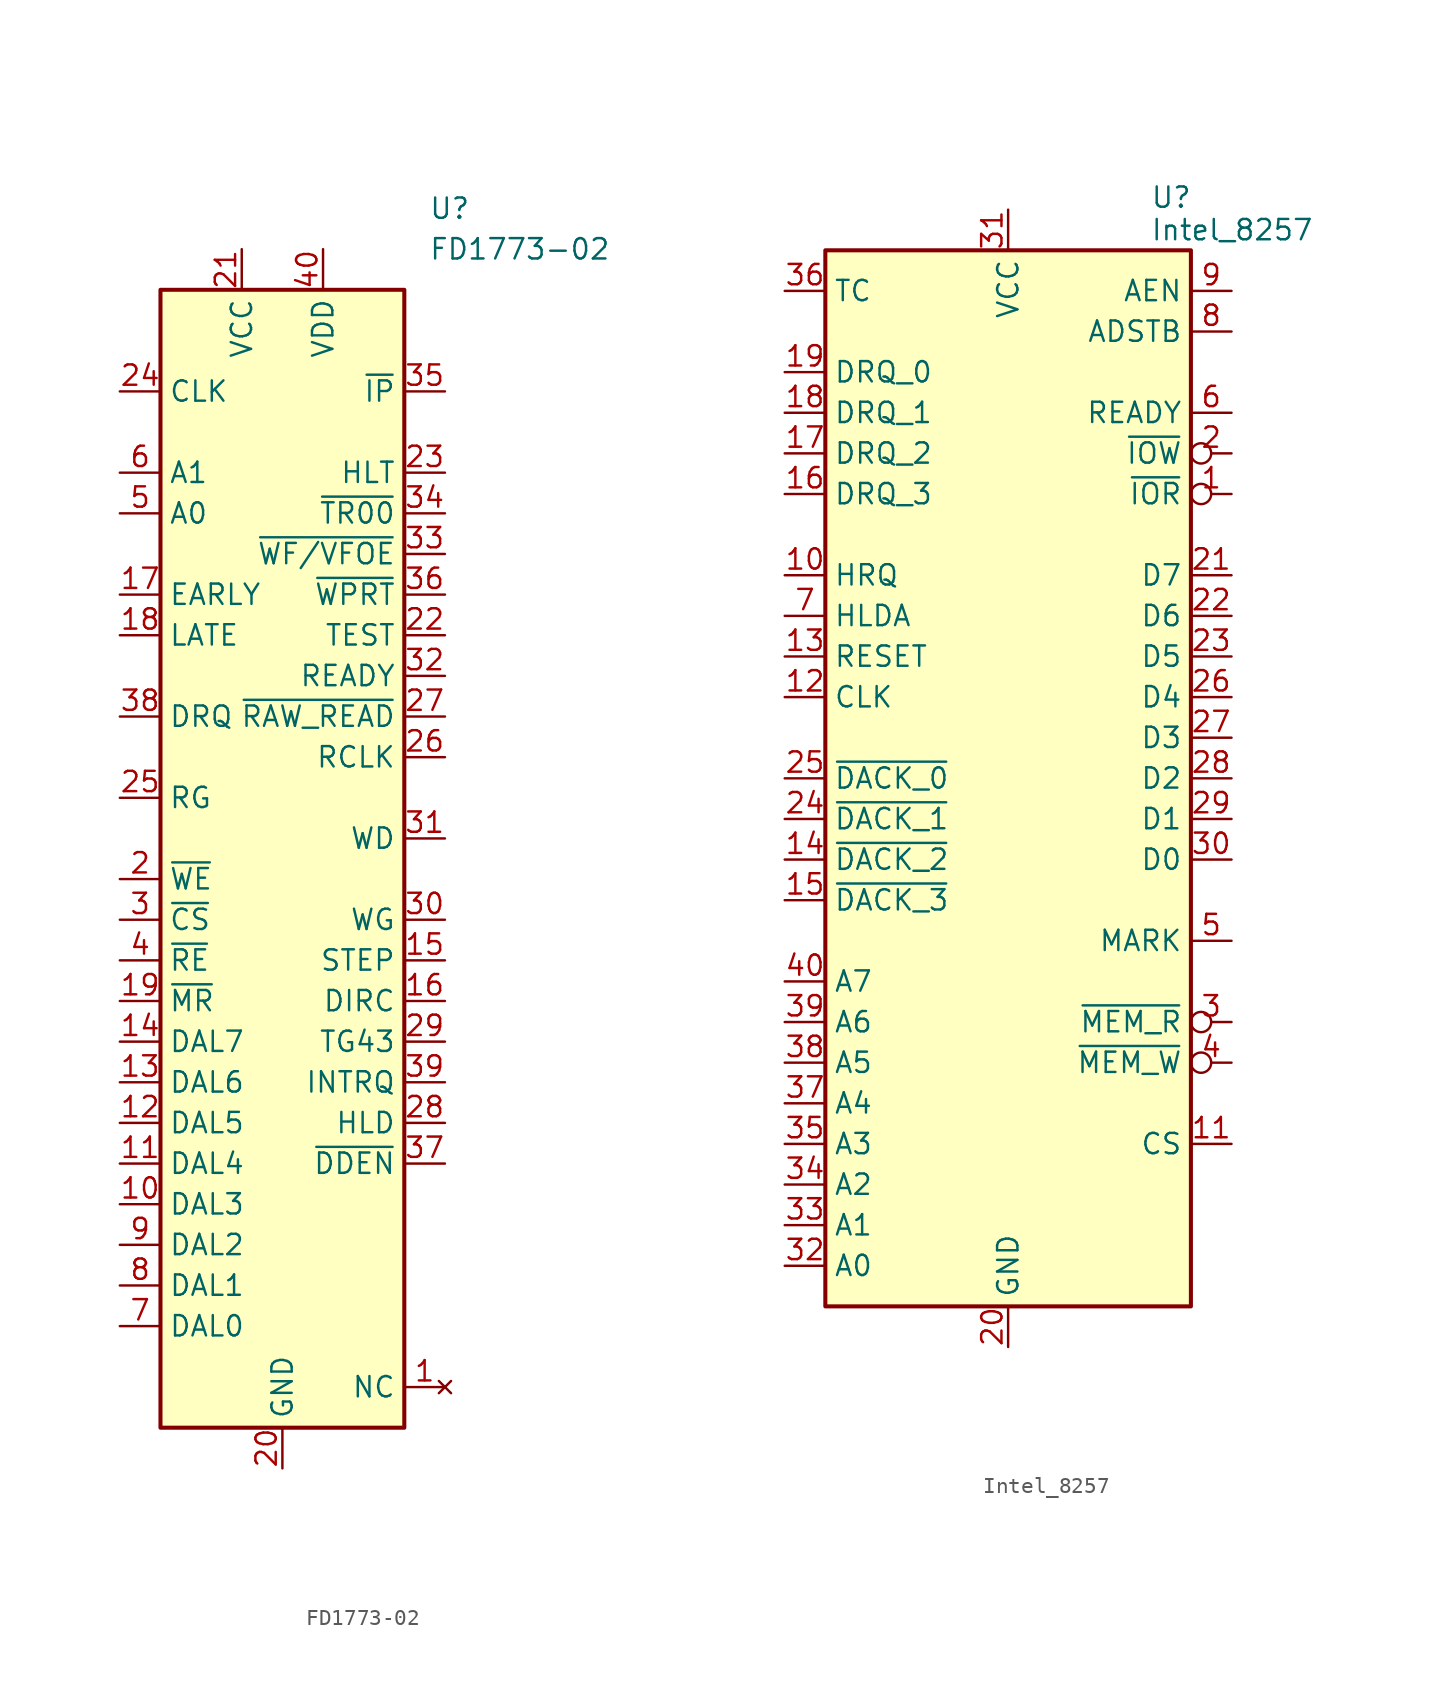
<source format=kicad_sym>
(kicad_symbol_lib
  (version 20241209)
  (generator "kicad_symbol_editor")
  (generator_version "9.0")
  (symbol "FD1773-02"
    (property "Reference" "U"
      (at 9.144 40.64 0)
      (effects (font (size 1.27 1.27)) (justify left)))
    (property "Value" "FD1773-02"
      (at 9.144 38.1 0)
      (effects (font (size 1.27 1.27)) (justify left)))
    (symbol "FD1773-02_0_1"
      (rectangle (start -7.62 35.56) (end 7.62 -35.56) (stroke (width 0.254) (type default)) (fill (type background))))
    (symbol "FD1773-02_1_1"
      (pin input line (at -10.16 29.21 0) (length 2.54) (name "CLK" (effects (font (size 1.27 1.27)))) (number "24" (effects (font (size 1.27 1.27)))))
      (pin input line (at -10.16 24.13 0) (length 2.54) (name "A1" (effects (font (size 1.27 1.27)))) (number "6" (effects (font (size 1.27 1.27)))))
      (pin input line (at -10.16 21.59 0) (length 2.54) (name "A0" (effects (font (size 1.27 1.27)))) (number "5" (effects (font (size 1.27 1.27)))))
      (pin output line (at -10.16 16.51 0) (length 2.54) (name "EARLY" (effects (font (size 1.27 1.27)))) (number "17" (effects (font (size 1.27 1.27)))))
      (pin output line (at -10.16 13.97 0) (length 2.54) (name "LATE" (effects (font (size 1.27 1.27)))) (number "18" (effects (font (size 1.27 1.27)))))
      (pin output line (at -10.16 8.89 0) (length 2.54) (name "DRQ" (effects (font (size 1.27 1.27)))) (number "38" (effects (font (size 1.27 1.27)))))
      (pin output line (at -10.16 3.81 0) (length 2.54) (name "RG" (effects (font (size 1.27 1.27)))) (number "25" (effects (font (size 1.27 1.27)))))
      (pin input line (at -10.16 -1.27 0) (length 2.54) (name "~{WE}" (effects (font (size 1.27 1.27)))) (number "2" (effects (font (size 1.27 1.27)))))
      (pin input line (at -10.16 -3.81 0) (length 2.54) (name "~{CS}" (effects (font (size 1.27 1.27)))) (number "3" (effects (font (size 1.27 1.27)))))
      (pin input line (at -10.16 -6.35 0) (length 2.54) (name "~{RE}" (effects (font (size 1.27 1.27)))) (number "4" (effects (font (size 1.27 1.27)))))
      (pin input line (at -10.16 -8.89 0) (length 2.54) (name "~{MR}" (effects (font (size 1.27 1.27)))) (number "19" (effects (font (size 1.27 1.27)))))
      (pin bidirectional line (at -10.16 -11.43 0) (length 2.54) (name "DAL7" (effects (font (size 1.27 1.27)))) (number "14" (effects (font (size 1.27 1.27)))))
      (pin bidirectional line (at -10.16 -13.97 0) (length 2.54) (name "DAL6" (effects (font (size 1.27 1.27)))) (number "13" (effects (font (size 1.27 1.27)))))
      (pin bidirectional line (at -10.16 -16.51 0) (length 2.54) (name "DAL5" (effects (font (size 1.27 1.27)))) (number "12" (effects (font (size 1.27 1.27)))))
      (pin bidirectional line (at -10.16 -19.05 0) (length 2.54) (name "DAL4" (effects (font (size 1.27 1.27)))) (number "11" (effects (font (size 1.27 1.27)))))
      (pin bidirectional line (at -10.16 -21.59 0) (length 2.54) (name "DAL3" (effects (font (size 1.27 1.27)))) (number "10" (effects (font (size 1.27 1.27)))))
      (pin bidirectional line (at -10.16 -24.13 0) (length 2.54) (name "DAL2" (effects (font (size 1.27 1.27)))) (number "9" (effects (font (size 1.27 1.27)))))
      (pin bidirectional line (at -10.16 -26.67 0) (length 2.54) (name "DAL1" (effects (font (size 1.27 1.27)))) (number "8" (effects (font (size 1.27 1.27)))))
      (pin bidirectional line (at -10.16 -29.21 0) (length 2.54) (name "DAL0" (effects (font (size 1.27 1.27)))) (number "7" (effects (font (size 1.27 1.27)))))
      (pin power_in line (at -2.54 38.1 270) (length 2.54) (name "VCC" (effects (font (size 1.27 1.27)))) (number "21" (effects (font (size 1.27 1.27)))))
      (pin power_in line (at 0 -38.1 90) (length 2.54) (name "GND" (effects (font (size 1.27 1.27)))) (number "20" (effects (font (size 1.27 1.27)))))
      (pin power_in line (at 2.54 38.1 270) (length 2.54) (name "VDD" (effects (font (size 1.27 1.27)))) (number "40" (effects (font (size 1.27 1.27)))))
      (pin input line (at 10.16 29.21 180) (length 2.54) (name "~{IP}" (effects (font (size 1.27 1.27)))) (number "35" (effects (font (size 1.27 1.27)))))
      (pin input line (at 10.16 24.13 180) (length 2.54) (name "HLT" (effects (font (size 1.27 1.27)))) (number "23" (effects (font (size 1.27 1.27)))))
      (pin input line (at 10.16 21.59 180) (length 2.54) (name "~{TR00}" (effects (font (size 1.27 1.27)))) (number "34" (effects (font (size 1.27 1.27)))))
      (pin bidirectional line (at 10.16 19.05 180) (length 2.54) (name "~{WF/VFOE}" (effects (font (size 1.27 1.27)))) (number "33" (effects (font (size 1.27 1.27)))))
      (pin input line (at 10.16 16.51 180) (length 2.54) (name "~{WPRT}" (effects (font (size 1.27 1.27)))) (number "36" (effects (font (size 1.27 1.27)))))
      (pin unspecified line (at 10.16 13.97 180) (length 2.54) (name "TEST" (effects (font (size 1.27 1.27)))) (number "22" (effects (font (size 1.27 1.27)))))
      (pin input line (at 10.16 11.43 180) (length 2.54) (name "READY" (effects (font (size 1.27 1.27)))) (number "32" (effects (font (size 1.27 1.27)))))
      (pin input line (at 10.16 8.89 180) (length 2.54) (name "~{RAW_READ}" (effects (font (size 1.27 1.27)))) (number "27" (effects (font (size 1.27 1.27)))))
      (pin input line (at 10.16 6.35 180) (length 2.54) (name "RCLK" (effects (font (size 1.27 1.27)))) (number "26" (effects (font (size 1.27 1.27)))))
      (pin output line (at 10.16 1.27 180) (length 2.54) (name "WD" (effects (font (size 1.27 1.27)))) (number "31" (effects (font (size 1.27 1.27)))))
      (pin output line (at 10.16 -3.81 180) (length 2.54) (name "WG" (effects (font (size 1.27 1.27)))) (number "30" (effects (font (size 1.27 1.27)))))
      (pin output line (at 10.16 -6.35 180) (length 2.54) (name "STEP" (effects (font (size 1.27 1.27)))) (number "15" (effects (font (size 1.27 1.27)))))
      (pin output line (at 10.16 -8.89 180) (length 2.54) (name "DIRC" (effects (font (size 1.27 1.27)))) (number "16" (effects (font (size 1.27 1.27)))))
      (pin output line (at 10.16 -11.43 180) (length 2.54) (name "TG43" (effects (font (size 1.27 1.27)))) (number "29" (effects (font (size 1.27 1.27)))))
      (pin output line (at 10.16 -13.97 180) (length 2.54) (name "INTRQ" (effects (font (size 1.27 1.27)))) (number "39" (effects (font (size 1.27 1.27)))))
      (pin output line (at 10.16 -16.51 180) (length 2.54) (name "HLD" (effects (font (size 1.27 1.27)))) (number "28" (effects (font (size 1.27 1.27)))))
      (pin input line (at 10.16 -19.05 180) (length 2.54) (name "~{DDEN}" (effects (font (size 1.27 1.27)))) (number "37" (effects (font (size 1.27 1.27)))))
      (pin no_connect line (at 10.16 -33.02 180) (length 2.54) (name "NC" (effects (font (size 1.27 1.27)))) (number "1" (effects (font (size 1.27 1.27)))))))
  (symbol "Intel_8257"
    (property "Reference" "U"
      (at 8.89 40.132 0)
      (effects (font (size 1.27 1.27)) (justify left)))
    (property "Value" "Intel_8257"
      (at 8.89 38.1 0)
      (effects (font (size 1.27 1.27)) (justify left)))
    (symbol "Intel_8257_1_1"
      (rectangle (start -11.43 36.83) (end 11.43 -29.21) (stroke (width 0.254) (type default)) (fill (type background)))
      (pin output line (at -13.97 34.29 0) (length 2.54) (name "TC" (effects (font (size 1.27 1.27)))) (number "36" (effects (font (size 1.27 1.27)))))
      (pin input line (at -13.97 29.21 0) (length 2.54) (name "DRQ_0" (effects (font (size 1.27 1.27)))) (number "19" (effects (font (size 1.27 1.27)))))
      (pin input line (at -13.97 26.67 0) (length 2.54) (name "DRQ_1" (effects (font (size 1.27 1.27)))) (number "18" (effects (font (size 1.27 1.27)))))
      (pin input line (at -13.97 24.13 0) (length 2.54) (name "DRQ_2" (effects (font (size 1.27 1.27)))) (number "17" (effects (font (size 1.27 1.27)))))
      (pin input line (at -13.97 21.59 0) (length 2.54) (name "DRQ_3" (effects (font (size 1.27 1.27)))) (number "16" (effects (font (size 1.27 1.27)))))
      (pin output line (at -13.97 16.51 0) (length 2.54) (name "HRQ" (effects (font (size 1.27 1.27)))) (number "10" (effects (font (size 1.27 1.27)))))
      (pin input line (at -13.97 13.97 0) (length 2.54) (name "HLDA" (effects (font (size 1.27 1.27)))) (number "7" (effects (font (size 1.27 1.27)))))
      (pin input line (at -13.97 11.43 0) (length 2.54) (name "RESET" (effects (font (size 1.27 1.27)))) (number "13" (effects (font (size 1.27 1.27)))))
      (pin input line (at -13.97 8.89 0) (length 2.54) (name "CLK" (effects (font (size 1.27 1.27)))) (number "12" (effects (font (size 1.27 1.27)))))
      (pin output line (at -13.97 3.81 0) (length 2.54) (name "~{DACK_0}" (effects (font (size 1.27 1.27)))) (number "25" (effects (font (size 1.27 1.27)))))
      (pin output line (at -13.97 1.27 0) (length 2.54) (name "~{DACK_1}" (effects (font (size 1.27 1.27)))) (number "24" (effects (font (size 1.27 1.27)))))
      (pin output line (at -13.97 -1.27 0) (length 2.54) (name "~{DACK_2}" (effects (font (size 1.27 1.27)))) (number "14" (effects (font (size 1.27 1.27)))))
      (pin output line (at -13.97 -3.81 0) (length 2.54) (name "~{DACK_3}" (effects (font (size 1.27 1.27)))) (number "15" (effects (font (size 1.27 1.27)))))
      (pin bidirectional line (at -13.97 -8.89 0) (length 2.54) (name "A7" (effects (font (size 1.27 1.27)))) (number "40" (effects (font (size 1.27 1.27)))))
      (pin bidirectional line (at -13.97 -11.43 0) (length 2.54) (name "A6" (effects (font (size 1.27 1.27)))) (number "39" (effects (font (size 1.27 1.27)))))
      (pin bidirectional line (at -13.97 -13.97 0) (length 2.54) (name "A5" (effects (font (size 1.27 1.27)))) (number "38" (effects (font (size 1.27 1.27)))))
      (pin bidirectional line (at -13.97 -16.51 0) (length 2.54) (name "A4" (effects (font (size 1.27 1.27)))) (number "37" (effects (font (size 1.27 1.27)))))
      (pin bidirectional line (at -13.97 -19.05 0) (length 2.54) (name "A3" (effects (font (size 1.27 1.27)))) (number "35" (effects (font (size 1.27 1.27)))))
      (pin bidirectional line (at -13.97 -21.59 0) (length 2.54) (name "A2" (effects (font (size 1.27 1.27)))) (number "34" (effects (font (size 1.27 1.27)))))
      (pin bidirectional line (at -13.97 -24.13 0) (length 2.54) (name "A1" (effects (font (size 1.27 1.27)))) (number "33" (effects (font (size 1.27 1.27)))))
      (pin bidirectional line (at -13.97 -26.67 0) (length 2.54) (name "A0" (effects (font (size 1.27 1.27)))) (number "32" (effects (font (size 1.27 1.27)))))
      (pin power_in line (at 0 39.37 270) (length 2.54) (name "VCC" (effects (font (size 1.27 1.27)))) (number "31" (effects (font (size 1.27 1.27)))))
      (pin power_in line (at 0 -31.75 90) (length 2.54) (name "GND" (effects (font (size 1.27 1.27)))) (number "20" (effects (font (size 1.27 1.27)))))
      (pin output line (at 13.97 34.29 180) (length 2.54) (name "AEN" (effects (font (size 1.27 1.27)))) (number "9" (effects (font (size 1.27 1.27)))))
      (pin output line (at 13.97 31.75 180) (length 2.54) (name "ADSTB" (effects (font (size 1.27 1.27)))) (number "8" (effects (font (size 1.27 1.27)))))
      (pin input line (at 13.97 26.67 180) (length 2.54) (name "READY" (effects (font (size 1.27 1.27)))) (number "6" (effects (font (size 1.27 1.27)))))
      (pin bidirectional inverted (at 13.97 24.13 180) (length 2.54) (name "~{IOW}" (effects (font (size 1.27 1.27)))) (number "2" (effects (font (size 1.27 1.27)))))
      (pin bidirectional inverted (at 13.97 21.59 180) (length 2.54) (name "~{IOR}" (effects (font (size 1.27 1.27)))) (number "1" (effects (font (size 1.27 1.27)))))
      (pin bidirectional line (at 13.97 16.51 180) (length 2.54) (name "D7" (effects (font (size 1.27 1.27)))) (number "21" (effects (font (size 1.27 1.27)))))
      (pin bidirectional line (at 13.97 13.97 180) (length 2.54) (name "D6" (effects (font (size 1.27 1.27)))) (number "22" (effects (font (size 1.27 1.27)))))
      (pin bidirectional line (at 13.97 11.43 180) (length 2.54) (name "D5" (effects (font (size 1.27 1.27)))) (number "23" (effects (font (size 1.27 1.27)))))
      (pin bidirectional line (at 13.97 8.89 180) (length 2.54) (name "D4" (effects (font (size 1.27 1.27)))) (number "26" (effects (font (size 1.27 1.27)))))
      (pin bidirectional line (at 13.97 6.35 180) (length 2.54) (name "D3" (effects (font (size 1.27 1.27)))) (number "27" (effects (font (size 1.27 1.27)))))
      (pin bidirectional line (at 13.97 3.81 180) (length 2.54) (name "D2" (effects (font (size 1.27 1.27)))) (number "28" (effects (font (size 1.27 1.27)))))
      (pin bidirectional line (at 13.97 1.27 180) (length 2.54) (name "D1" (effects (font (size 1.27 1.27)))) (number "29" (effects (font (size 1.27 1.27)))))
      (pin bidirectional line (at 13.97 -1.27 180) (length 2.54) (name "D0" (effects (font (size 1.27 1.27)))) (number "30" (effects (font (size 1.27 1.27)))))
      (pin output line (at 13.97 -6.35 180) (length 2.54) (name "MARK" (effects (font (size 1.27 1.27)))) (number "5" (effects (font (size 1.27 1.27)))))
      (pin output inverted (at 13.97 -11.43 180) (length 2.54) (name "~{MEM_R}" (effects (font (size 1.27 1.27)))) (number "3" (effects (font (size 1.27 1.27)))))
      (pin output inverted (at 13.97 -13.97 180) (length 2.54) (name "~{MEM_W}" (effects (font (size 1.27 1.27)))) (number "4" (effects (font (size 1.27 1.27)))))
      (pin bidirectional line (at 13.97 -19.05 180) (length 2.54) (name "CS" (effects (font (size 1.27 1.27)))) (number "11" (effects (font (size 1.27 1.27))))))))
</source>
